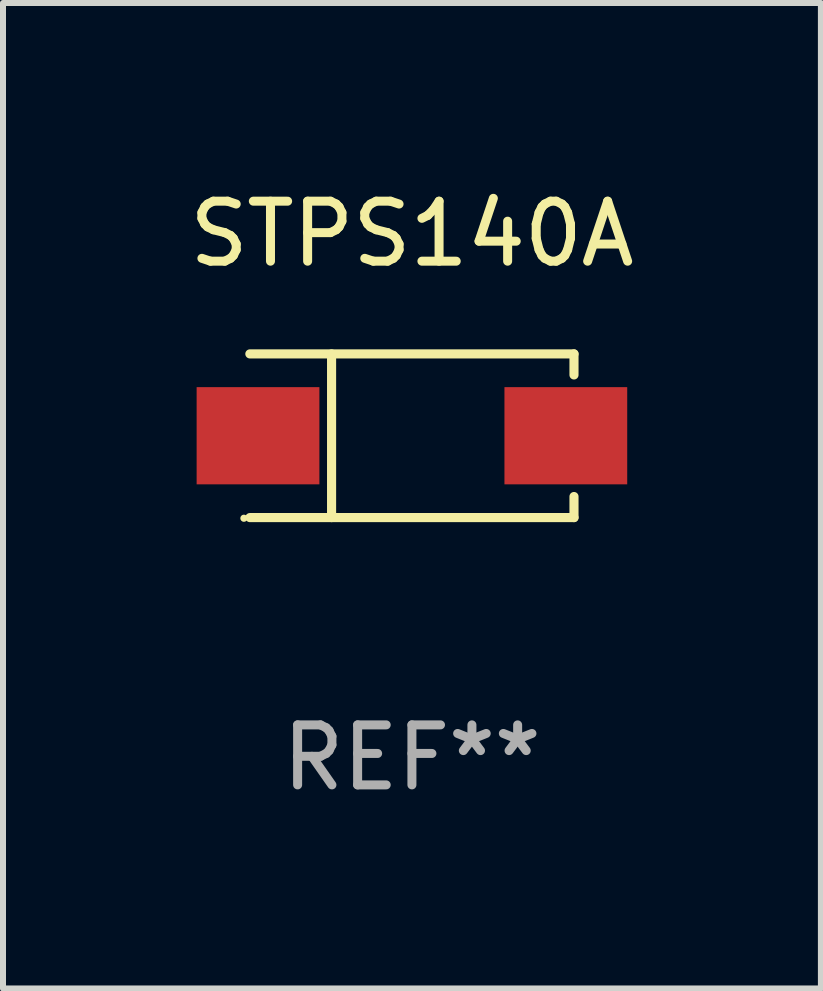
<source format=kicad_pcb>
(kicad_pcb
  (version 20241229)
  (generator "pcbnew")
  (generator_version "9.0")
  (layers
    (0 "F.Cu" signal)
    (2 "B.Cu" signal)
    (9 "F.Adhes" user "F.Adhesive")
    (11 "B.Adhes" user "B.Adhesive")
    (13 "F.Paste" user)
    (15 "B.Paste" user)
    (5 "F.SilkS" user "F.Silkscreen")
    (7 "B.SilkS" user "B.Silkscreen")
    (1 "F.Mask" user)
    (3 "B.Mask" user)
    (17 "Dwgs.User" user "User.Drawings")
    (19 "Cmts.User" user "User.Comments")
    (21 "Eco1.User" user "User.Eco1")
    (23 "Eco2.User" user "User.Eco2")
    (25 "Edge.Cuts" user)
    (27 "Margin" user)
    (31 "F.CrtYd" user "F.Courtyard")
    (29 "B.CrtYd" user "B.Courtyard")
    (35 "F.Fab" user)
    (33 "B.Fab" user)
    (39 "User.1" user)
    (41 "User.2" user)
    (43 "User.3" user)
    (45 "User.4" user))
  (footprint "STPS140A"
    (layer "F.Cu")
    (at 3.815 4.212)
    (property "Reference" "STPS140A" (at 0 -3.364 0) (layer "F.SilkS") (effects (font (size 1 1) (thickness 0.15))))
    (attr through_hole)
    (fp_line (start -2.701 -1.364) (end 2.701 -1.364) (stroke (width 0.152) (type solid)) (layer "F.SilkS"))
    (fp_line (start -2.701 1.364) (end 2.701 1.364) (stroke (width 0.152) (type solid)) (layer "F.SilkS"))
    (fp_line (start -1.339 -1.364) (end -1.339 1.364) (stroke (width 0.152) (type solid)) (layer "F.SilkS"))
    (fp_line (start 2.701 -1.364) (end 2.701 -1.013) (stroke (width 0.152) (type solid)) (layer "F.SilkS"))
    (fp_line (start 2.701 1.364) (end 2.701 1.013) (stroke (width 0.152) (type solid)) (layer "F.SilkS"))
    (fp_circle (center -2.8 1.375) (end -2.77 1.375) (stroke (width 0.06) (type solid)) (fill no) (layer "F.SilkS"))
    (fp_text user "REF**" (at 0 5.364 0) (layer "F.Fab") (effects (font (size 1 1) (thickness 0.15))))
    (pad "1" smd rect (at -2.565 -0.000025) (size 2.046 1.62) (layers "F.Cu" "F.Mask" "F.Paste"))
    (pad "2" smd rect (at 2.565 -0.000025) (size 2.046 1.62) (layers "F.Cu" "F.Mask" "F.Paste")))
  (gr_rect
    (start -3 -3)
    (end 10.631 13.424)
    (stroke (width 0.1) (type default))
    (fill no)
    (layer "Edge.Cuts")))
</source>
